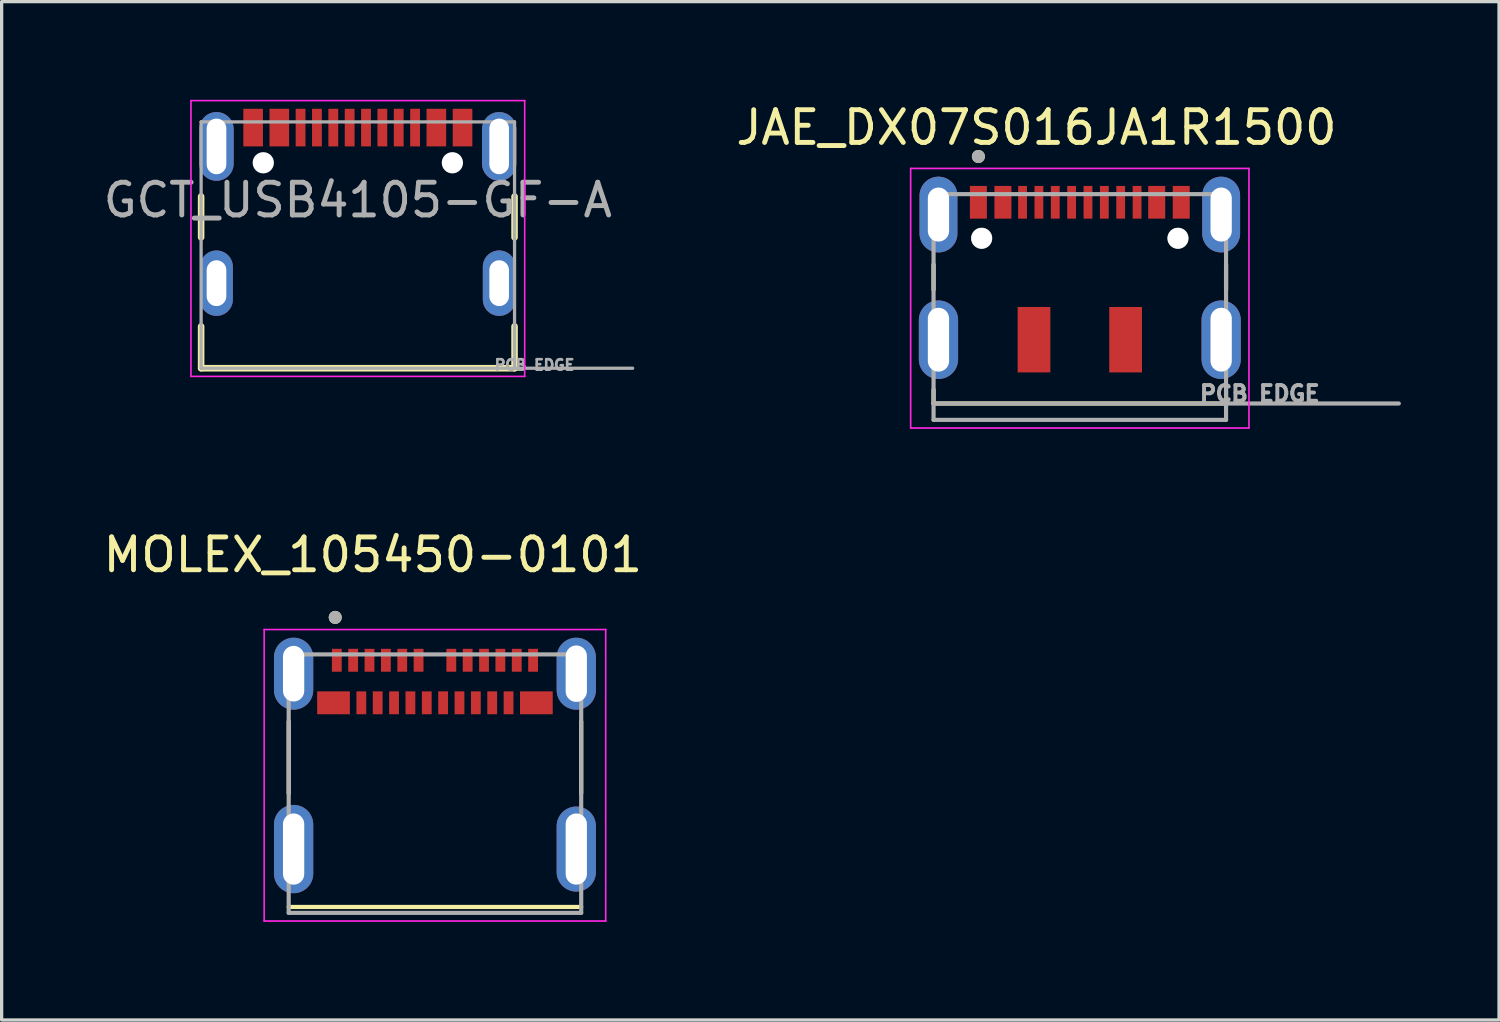
<source format=kicad_pcb>
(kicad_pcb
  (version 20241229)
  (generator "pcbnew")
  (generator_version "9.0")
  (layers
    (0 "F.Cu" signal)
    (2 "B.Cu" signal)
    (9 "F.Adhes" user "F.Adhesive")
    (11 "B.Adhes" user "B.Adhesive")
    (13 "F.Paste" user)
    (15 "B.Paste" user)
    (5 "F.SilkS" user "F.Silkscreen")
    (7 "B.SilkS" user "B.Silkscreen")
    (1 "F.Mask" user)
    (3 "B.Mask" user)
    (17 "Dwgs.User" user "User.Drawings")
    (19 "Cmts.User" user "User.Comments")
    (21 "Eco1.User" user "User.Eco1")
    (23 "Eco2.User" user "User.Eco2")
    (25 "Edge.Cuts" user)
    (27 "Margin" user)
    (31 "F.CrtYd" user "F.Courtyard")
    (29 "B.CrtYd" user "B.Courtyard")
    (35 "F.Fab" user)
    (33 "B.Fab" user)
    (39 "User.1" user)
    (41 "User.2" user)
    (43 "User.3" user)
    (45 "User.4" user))
  (footprint "GCT_USB4105-GF-A"
    (layer "F.Cu")
    (at 7.887 5.605)
    (property "Reference" "GCT_USB4105-GF-A" (at 0 -2.54 0) (layer "F.Fab") (effects (font (size 1 1) (thickness 0.15))))
    (attr smd)
    (fp_line (start -4.79 -2.65) (end -4.79 -1.4) (stroke (width 0.2) (type solid)) (layer "F.SilkS"))
    (fp_line (start -4.79 1.32) (end -4.79 2.6) (stroke (width 0.2) (type solid)) (layer "F.SilkS"))
    (fp_line (start -4.79 2.6) (end 4.79 2.6) (stroke (width 0.2) (type solid)) (layer "F.SilkS"))
    (fp_line (start 4.79 -2.65) (end 4.79 -1.4) (stroke (width 0.2) (type solid)) (layer "F.SilkS"))
    (fp_line (start 4.79 2.6) (end 4.79 1.32) (stroke (width 0.2) (type solid)) (layer "F.SilkS"))
    (fp_line (start -5.1 -5.58) (end -5.1 2.85) (stroke (width 0.05) (type solid)) (layer "F.CrtYd"))
    (fp_line (start -5.1 2.85) (end 5.1 2.85) (stroke (width 0.05) (type solid)) (layer "F.CrtYd"))
    (fp_line (start 5.1 -5.58) (end -5.1 -5.58) (stroke (width 0.05) (type solid)) (layer "F.CrtYd"))
    (fp_line (start 5.1 2.85) (end 5.1 -5.58) (stroke (width 0.05) (type solid)) (layer "F.CrtYd"))
    (fp_line (start -4.79 -4.93) (end 4.79 -4.93) (stroke (width 0.1) (type solid)) (layer "F.Fab"))
    (fp_line (start -4.79 2.6) (end -4.79 -4.93) (stroke (width 0.1) (type solid)) (layer "F.Fab"))
    (fp_line (start 4.79 -4.93) (end 4.79 2.6) (stroke (width 0.1) (type solid)) (layer "F.Fab"))
    (fp_line (start 4.79 2.6) (end -4.79 2.6) (stroke (width 0.1) (type solid)) (layer "F.Fab"))
    (fp_line (start 4.8 2.6) (end 8.4 2.6) (stroke (width 0.1) (type solid)) (layer "F.Fab"))
    (fp_text user "PCB EDGE" (at 5.4 2.5 0) (layer "F.Fab") (effects (font (size 0.32 0.32) (thickness 0.08))))
    (pad "" np_thru_hole circle (at -2.89 -3.68) (size 0.65 0.65) (drill 0.65) (layers "*.Cu" "*.Mask"))
    (pad "" np_thru_hole circle (at 2.89 -3.68) (size 0.65 0.65) (drill 0.65) (layers "*.Cu" "*.Mask"))
    (pad "A4" smd rect (at -2.4 -4.755) (size 0.6 1.15) (layers "F.Cu" "F.Mask" "F.Paste"))
    (pad "A5" smd rect (at -1.25 -4.755) (size 0.3 1.15) (layers "F.Cu" "F.Mask" "F.Paste"))
    (pad "A6" smd rect (at -0.25 -4.755) (size 0.3 1.15) (layers "F.Cu" "F.Mask" "F.Paste"))
    (pad "A7" smd rect (at 0.25 -4.755) (size 0.3 1.15) (layers "F.Cu" "F.Mask" "F.Paste"))
    (pad "A8" smd rect (at 1.25 -4.755) (size 0.3 1.15) (layers "F.Cu" "F.Mask" "F.Paste"))
    (pad "A12" smd rect (at 3.2 -4.755) (size 0.6 1.15) (layers "F.Cu" "F.Mask" "F.Paste"))
    (pad "B4" smd rect (at 2.4 -4.755) (size 0.6 1.15) (layers "F.Cu" "F.Mask" "F.Paste"))
    (pad "B5" smd rect (at 1.75 -4.755) (size 0.3 1.15) (layers "F.Cu" "F.Mask" "F.Paste"))
    (pad "B6" smd rect (at 0.75 -4.755) (size 0.3 1.15) (layers "F.Cu" "F.Mask" "F.Paste"))
    (pad "B7" smd rect (at -0.75 -4.755) (size 0.3 1.15) (layers "F.Cu" "F.Mask" "F.Paste"))
    (pad "B8" smd rect (at -1.75 -4.755) (size 0.3 1.15) (layers "F.Cu" "F.Mask" "F.Paste"))
    (pad "B12" smd rect (at -3.2 -4.755) (size 0.6 1.15) (layers "F.Cu" "F.Mask" "F.Paste"))
    (pad "S1" thru_hole oval (at -4.32 -4.18) (size 1.05 2.1) (drill oval 0.6 1.7) (layers "*.Cu" "*.Mask"))
    (pad "S2" thru_hole oval (at -4.32 0) (size 1 2) (drill oval 0.6 1.4) (layers "*.Cu" "*.Mask"))
    (pad "S3" thru_hole oval (at 4.32 0) (size 1 2) (drill oval 0.6 1.4) (layers "*.Cu" "*.Mask"))
    (pad "S4" thru_hole oval (at 4.32 -4.18) (size 1.05 2.1) (drill oval 0.6 1.7) (layers "*.Cu" "*.Mask")))
  (footprint "MOLEX_105450-0101"
    (layer "F.Cu")
    (at 10.244 20.901)
    (property "Reference" "MOLEX_105450-0101" (at -1.899 -6.993 0) (layer "F.SilkS") (effects (font (size 1.004 1.004) (thickness 0.15))))
    (attr smd)
    (fp_line (start -4.47 0.3) (end -4.47 -1.9) (stroke (width 0.127) (type solid)) (layer "F.SilkS"))
    (fp_line (start -4.47 3.77) (end 4.47 3.77) (stroke (width 0.127) (type solid)) (layer "F.SilkS"))
    (fp_line (start 4.47 0.3) (end 4.47 -1.9) (stroke (width 0.127) (type solid)) (layer "F.SilkS"))
    (fp_circle (center -3.048 -5.08) (end -2.948 -5.08) (stroke (width 0.2) (type solid)) (fill no) (layer "F.SilkS"))
    (fp_line (start -5.22 -4.71) (end 5.22 -4.71) (stroke (width 0.05) (type solid)) (layer "F.CrtYd"))
    (fp_line (start -5.22 4.2) (end -5.22 -4.71) (stroke (width 0.05) (type solid)) (layer "F.CrtYd"))
    (fp_line (start 5.22 -4.71) (end 5.22 4.2) (stroke (width 0.05) (type solid)) (layer "F.CrtYd"))
    (fp_line (start 5.22 4.2) (end -5.22 4.2) (stroke (width 0.05) (type solid)) (layer "F.CrtYd"))
    (fp_line (start -4.47 -3.95) (end -4.47 3.95) (stroke (width 0.127) (type solid)) (layer "F.Fab"))
    (fp_line (start -4.47 3.95) (end 4.47 3.95) (stroke (width 0.127) (type solid)) (layer "F.Fab"))
    (fp_line (start 4.47 -3.95) (end -4.47 -3.95) (stroke (width 0.127) (type solid)) (layer "F.Fab"))
    (fp_line (start 4.47 3.95) (end 4.47 -3.95) (stroke (width 0.127) (type solid)) (layer "F.Fab"))
    (fp_circle (center -3.048 -5.08) (end -2.948 -5.08) (stroke (width 0.2) (type solid)) (fill no) (layer "F.Fab"))
    (pad "A1" smd rect (at -3 -3.77) (size 0.3 0.7) (layers "F.Cu" "F.Mask" "F.Paste"))
    (pad "A2" smd rect (at -2.5 -3.77) (size 0.3 0.7) (layers "F.Cu" "F.Mask" "F.Paste"))
    (pad "A3" smd rect (at -2 -3.77) (size 0.3 0.7) (layers "F.Cu" "F.Mask" "F.Paste"))
    (pad "A4" smd rect (at -1.5 -3.77) (size 0.3 0.7) (layers "F.Cu" "F.Mask" "F.Paste"))
    (pad "A5" smd rect (at -1 -3.77) (size 0.3 0.7) (layers "F.Cu" "F.Mask" "F.Paste"))
    (pad "A6" smd rect (at -0.5 -3.77) (size 0.3 0.7) (layers "F.Cu" "F.Mask" "F.Paste"))
    (pad "A7" smd rect (at 0.5 -3.77) (size 0.3 0.7) (layers "F.Cu" "F.Mask" "F.Paste"))
    (pad "A8" smd rect (at 1 -3.77) (size 0.3 0.7) (layers "F.Cu" "F.Mask" "F.Paste"))
    (pad "A9" smd rect (at 1.5 -3.77) (size 0.3 0.7) (layers "F.Cu" "F.Mask" "F.Paste"))
    (pad "A10" smd rect (at 2 -3.77) (size 0.3 0.7) (layers "F.Cu" "F.Mask" "F.Paste"))
    (pad "A11" smd rect (at 2.5 -3.77) (size 0.3 0.7) (layers "F.Cu" "F.Mask" "F.Paste"))
    (pad "A12" smd rect (at 3 -3.77) (size 0.3 0.7) (layers "F.Cu" "F.Mask" "F.Paste"))
    (pad "B1" smd rect (at 3.1 -2.47) (size 1 0.7) (layers "F.Cu" "F.Mask" "F.Paste"))
    (pad "B2" smd rect (at 2.25 -2.47) (size 0.3 0.7) (layers "F.Cu" "F.Mask" "F.Paste"))
    (pad "B3" smd rect (at 1.75 -2.47) (size 0.3 0.7) (layers "F.Cu" "F.Mask" "F.Paste"))
    (pad "B4" smd rect (at 1.25 -2.47) (size 0.3 0.7) (layers "F.Cu" "F.Mask" "F.Paste"))
    (pad "B5" smd rect (at 0.75 -2.47) (size 0.3 0.7) (layers "F.Cu" "F.Mask" "F.Paste"))
    (pad "B6" smd rect (at 0.25 -2.47) (size 0.3 0.7) (layers "F.Cu" "F.Mask" "F.Paste"))
    (pad "B7" smd rect (at -0.25 -2.47) (size 0.3 0.7) (layers "F.Cu" "F.Mask" "F.Paste"))
    (pad "B8" smd rect (at -0.75 -2.47) (size 0.3 0.7) (layers "F.Cu" "F.Mask" "F.Paste"))
    (pad "B9" smd rect (at -1.25 -2.47) (size 0.3 0.7) (layers "F.Cu" "F.Mask" "F.Paste"))
    (pad "B10" smd rect (at -1.75 -2.47) (size 0.3 0.7) (layers "F.Cu" "F.Mask" "F.Paste"))
    (pad "B11" smd rect (at -2.25 -2.47) (size 0.3 0.7) (layers "F.Cu" "F.Mask" "F.Paste"))
    (pad "B12" smd rect (at -3.1 -2.47) (size 1 0.7) (layers "F.Cu" "F.Mask" "F.Paste"))
    (pad "S1" thru_hole oval (at -4.32 -3.36) (size 1.2 2.2) (drill oval 0.65 1.7) (layers "*.Cu" "*.Mask"))
    (pad "S2" thru_hole oval (at 4.32 -3.36) (size 1.2 2.2) (drill oval 0.65 1.725) (layers "*.Cu" "*.Mask"))
    (pad "S3" thru_hole oval (at -4.32 2) (size 1.2 2.7) (drill oval 0.65 2.175) (layers "*.Cu" "*.Mask"))
    (pad "S4" thru_hole oval (at 4.32 2) (size 1.2 2.6) (drill oval 0.65 2.175) (layers "*.Cu" "*.Mask"))
    (zone (net_name "") (layer "F.Cu") (hatch full 0.508) (connect_pads) (min_thickness 0.01) (filled_areas_thickness no) (keepout (tracks not_allowed) (vias not_allowed) (pads not_allowed) (copperpour not_allowed) (footprints allowed)) (placement (enabled no)) (fill) (polygon (pts (xy 6.744 19.021) (xy 13.744 19.021) (xy 13.744 24.671) (xy 6.744 24.671))))
    (zone (net_name "") (layers "F.Cu" "B.Cu") (hatch full 0.508) (connect_pads) (min_thickness 0.01) (filled_areas_thickness no) (keepout (tracks allowed) (vias not_allowed) (pads allowed) (copperpour allowed) (footprints allowed)) (placement (enabled no)) (fill) (polygon (pts (xy 6.744 19.021) (xy 13.744 19.021) (xy 13.744 24.671) (xy 6.744 24.671)))))
  (footprint "JAE_DX07S016JA1R1500"
    (layer "F.Cu")
    (at 29.954 4.233)
    (property "Reference" "JAE_DX07S016JA1R1500" (at -1.325 -3.385 0) (layer "F.SilkS") (effects (font (size 1 1) (thickness 0.15))))
    (attr smd)
    (fp_line (start -4.47 0.805) (end -4.47 1.57) (stroke (width 0.127) (type solid)) (layer "F.SilkS"))
    (fp_line (start -4.47 5.05) (end -4.47 4.63) (stroke (width 0.127) (type solid)) (layer "F.SilkS"))
    (fp_line (start 4.47 0.805) (end 4.47 1.57) (stroke (width 0.127) (type solid)) (layer "F.SilkS"))
    (fp_line (start 4.47 4.63) (end 4.47 5.05) (stroke (width 0.127) (type solid)) (layer "F.SilkS"))
    (fp_line (start 4.47 5.05) (end -4.47 5.05) (stroke (width 0.127) (type solid)) (layer "F.SilkS"))
    (fp_circle (center -3.1 -2.5) (end -3 -2.5) (stroke (width 0.2) (type solid)) (fill no) (layer "F.SilkS"))
    (fp_circle (center -3 0) (end -3 -0.3) (stroke (width 0.05) (type default)) (fill no) (layer "Edge.Cuts"))
    (fp_circle (center 3 0) (end 3 -0.3) (stroke (width 0.05) (type default)) (fill no) (layer "Edge.Cuts"))
    (fp_line (start -5.17 -2.135) (end 5.17 -2.135) (stroke (width 0.05) (type solid)) (layer "F.CrtYd"))
    (fp_line (start -5.17 5.8) (end -5.17 -2.135) (stroke (width 0.05) (type solid)) (layer "F.CrtYd"))
    (fp_line (start 5.17 -2.135) (end 5.17 5.8) (stroke (width 0.05) (type solid)) (layer "F.CrtYd"))
    (fp_line (start 5.17 5.8) (end -5.17 5.8) (stroke (width 0.05) (type solid)) (layer "F.CrtYd"))
    (fp_line (start -4.47 -1.35) (end 4.47 -1.35) (stroke (width 0.127) (type solid)) (layer "F.Fab"))
    (fp_line (start -4.47 5.05) (end -4.47 -1.35) (stroke (width 0.127) (type solid)) (layer "F.Fab"))
    (fp_line (start -4.47 5.55) (end -4.47 5.05) (stroke (width 0.127) (type solid)) (layer "F.Fab"))
    (fp_line (start 4.47 -1.35) (end 4.47 5.05) (stroke (width 0.127) (type solid)) (layer "F.Fab"))
    (fp_line (start 4.47 5.05) (end -4.47 5.05) (stroke (width 0.127) (type solid)) (layer "F.Fab"))
    (fp_line (start 4.47 5.05) (end 4.47 5.55) (stroke (width 0.127) (type solid)) (layer "F.Fab"))
    (fp_line (start 4.47 5.05) (end 9.75 5.05) (stroke (width 0.127) (type solid)) (layer "F.Fab"))
    (fp_line (start 4.47 5.55) (end -4.47 5.55) (stroke (width 0.127) (type solid)) (layer "F.Fab"))
    (fp_circle (center -3.1 -2.5) (end -3 -2.5) (stroke (width 0.2) (type solid)) (fill no) (layer "F.Fab"))
    (fp_text user "PCB EDGE" (at 5.5 4.75 0) (layer "F.Fab") (effects (font (size 0.48 0.48) (thickness 0.12))))
    (pad "" np_thru_hole circle (at -3 0) (size 0.63 0.63) (drill 0.63) (layers "*.Cu" "*.Mask"))
    (pad "" np_thru_hole circle (at 3 0) (size 0.6 0.6) (drill 0.6) (layers "*.Cu" "*.Mask"))
    (pad "" np_thru_hole circle (at 3 0) (size 0.63 0.63) (drill 0.63) (layers "*.Cu" "*.Mask"))
    (pad "1" smd rect (at -3.1 -1.1) (size 0.52 1) (layers "F.Cu" "F.Mask" "F.Paste"))
    (pad "2" smd rect (at -2.35 -1.1) (size 0.52 1) (layers "F.Cu" "F.Mask" "F.Paste"))
    (pad "3" smd rect (at -1.75 -1.1) (size 0.27 1) (layers "F.Cu" "F.Mask" "F.Paste"))
    (pad "4" smd rect (at -1.25 -1.1) (size 0.27 1) (layers "F.Cu" "F.Mask" "F.Paste"))
    (pad "5" smd rect (at -0.75 -1.1) (size 0.27 1) (layers "F.Cu" "F.Mask" "F.Paste"))
    (pad "6" smd rect (at -0.25 -1.1) (size 0.27 1) (layers "F.Cu" "F.Mask" "F.Paste"))
    (pad "7" smd rect (at 0.25 -1.1) (size 0.27 1) (layers "F.Cu" "F.Mask" "F.Paste"))
    (pad "8" smd rect (at 0.75 -1.1) (size 0.27 1) (layers "F.Cu" "F.Mask" "F.Paste"))
    (pad "9" smd rect (at 1.25 -1.1) (size 0.27 1) (layers "F.Cu" "F.Mask" "F.Paste"))
    (pad "10" smd rect (at 1.75 -1.1) (size 0.27 1) (layers "F.Cu" "F.Mask" "F.Paste"))
    (pad "11" smd rect (at 2.35 -1.1) (size 0.52 1) (layers "F.Cu" "F.Mask" "F.Paste"))
    (pad "12" smd rect (at 3.1 -1.1) (size 0.52 1) (layers "F.Cu" "F.Mask" "F.Paste"))
    (pad "S1" smd rect (at -1.4 3.1) (size 1 2) (layers "F.Cu" "F.Mask" "F.Paste"))
    (pad "S2" smd rect (at 1.4 3.1) (size 1 2) (layers "F.Cu" "F.Mask" "F.Paste"))
    (pad "S3" thru_hole oval (at -4.32 -0.725) (size 1.158 2.316) (drill oval 0.65 1.65) (layers "*.Cu" "*.Mask"))
    (pad "S4" thru_hole oval (at 4.32 -0.725) (size 1.158 2.316) (drill oval 0.65 1.65) (layers "*.Cu" "*.Mask"))
    (pad "S5" thru_hole oval (at -4.32 3.1) (size 1.2 2.4) (drill oval 0.65 1.95) (layers "*.Cu" "*.Mask"))
    (pad "S6" thru_hole oval (at 4.32 3.1) (size 1.2 2.4) (drill oval 0.65 1.95) (layers "*.Cu" "*.Mask")))
  (gr_rect
    (start -3 -3)
    (end 42.767 28.126)
    (stroke (width 0.1) (type default))
    (fill no)
    (layer "Edge.Cuts")))
</source>
